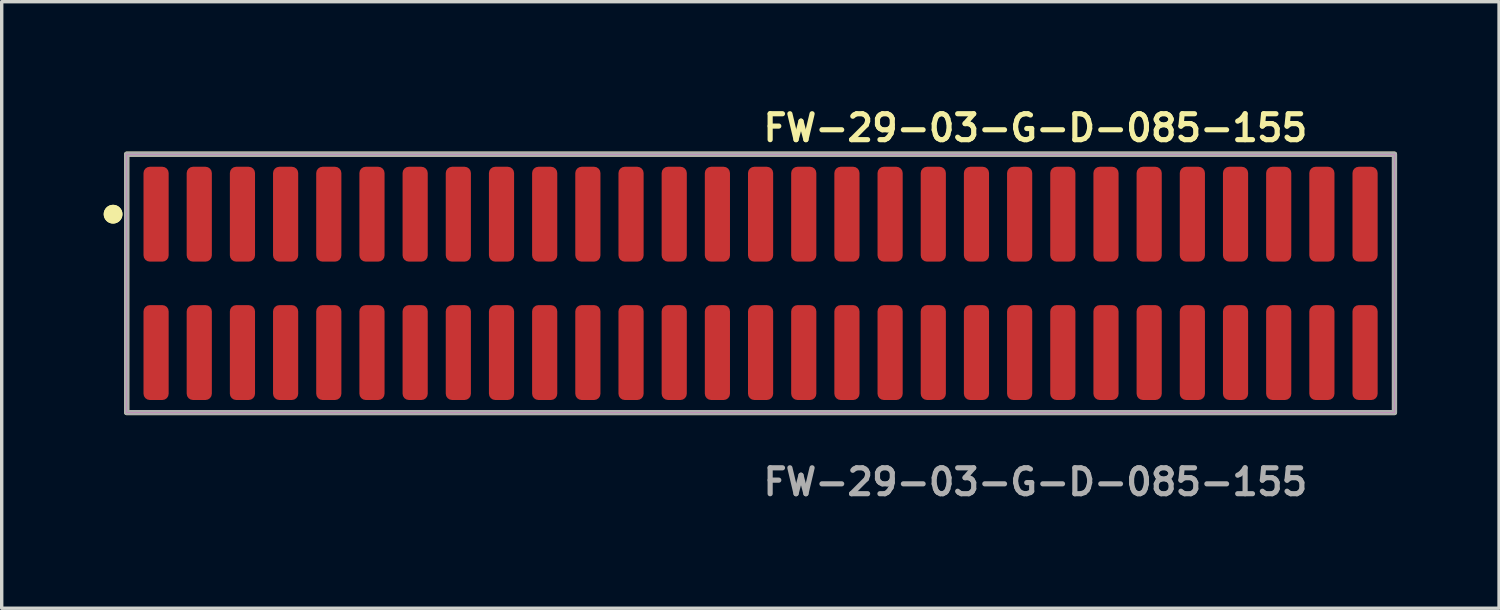
<source format=kicad_pcb>
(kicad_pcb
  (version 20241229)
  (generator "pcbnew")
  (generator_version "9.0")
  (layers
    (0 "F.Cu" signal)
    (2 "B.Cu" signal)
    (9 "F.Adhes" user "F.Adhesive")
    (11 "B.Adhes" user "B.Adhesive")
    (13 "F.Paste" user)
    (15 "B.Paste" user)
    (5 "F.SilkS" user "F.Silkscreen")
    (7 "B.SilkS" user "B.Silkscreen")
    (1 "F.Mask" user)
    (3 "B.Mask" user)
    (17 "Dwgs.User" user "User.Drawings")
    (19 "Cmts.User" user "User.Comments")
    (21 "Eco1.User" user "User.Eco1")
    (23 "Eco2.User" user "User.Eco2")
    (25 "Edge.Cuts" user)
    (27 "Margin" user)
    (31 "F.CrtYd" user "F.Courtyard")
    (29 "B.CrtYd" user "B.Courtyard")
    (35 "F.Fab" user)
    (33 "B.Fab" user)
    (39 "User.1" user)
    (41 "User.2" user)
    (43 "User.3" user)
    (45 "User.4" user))
  (footprint "FW-29-03-G-D-085-155"
    (layer "F.Cu")
    (at 19.321 5.285)
    (property "Reference" "FW-29-03-G-D-085-155" (at 0 -4.572 0) (unlocked yes) (layer "F.SilkS") (effects (font (size 0.762 0.762) (thickness 0.152)) (justify left)))
    (fp_rect (start -18.645 3.8) (end 18.645 -3.8) (stroke (width 0.152) (type solid)) (fill no) (layer "F.SilkS"))
    (fp_circle (center -19.045 -2.035) (end -19.245 -2.035) (stroke (width 0.152) (type solid)) (fill yes) (layer "F.SilkS"))
    (fp_circle (center -19.045 -2.035) (end -19.245 -2.035) (stroke (width 0.152) (type solid)) (fill yes) (layer "F.SilkS"))
    (fp_rect (start -18.645 3.8) (end 18.645 -3.8) (stroke (width 0.006) (type solid)) (fill no) (layer "F.CrtYd"))
    (fp_rect (start -18.645 3.8) (end 18.645 -3.8) (stroke (width 0.152) (type solid)) (fill no) (layer "F.Fab"))
    (fp_text user "${REFERENCE}" (at 0 5.842 0) (unlocked yes) (layer "F.Fab") (effects (font (size 0.762 0.762) (thickness 0.152)) (justify left)))
    (pad "1" smd roundrect (at -17.78 -2.035) (size 0.74 2.79) (layers "F.Cu" "F.Paste") (roundrect_rratio 0.25))
    (pad "2" smd roundrect (at -17.78 2.035) (size 0.74 2.79) (layers "F.Cu" "F.Paste") (roundrect_rratio 0.25))
    (pad "3" smd roundrect (at -16.51 -2.035) (size 0.74 2.79) (layers "F.Cu" "F.Paste") (roundrect_rratio 0.25))
    (pad "4" smd roundrect (at -16.51 2.035) (size 0.74 2.79) (layers "F.Cu" "F.Paste") (roundrect_rratio 0.25))
    (pad "5" smd roundrect (at -15.24 -2.035) (size 0.74 2.79) (layers "F.Cu" "F.Paste") (roundrect_rratio 0.25))
    (pad "6" smd roundrect (at -15.24 2.035) (size 0.74 2.79) (layers "F.Cu" "F.Paste") (roundrect_rratio 0.25))
    (pad "7" smd roundrect (at -13.97 -2.035) (size 0.74 2.79) (layers "F.Cu" "F.Paste") (roundrect_rratio 0.25))
    (pad "8" smd roundrect (at -13.97 2.035) (size 0.74 2.79) (layers "F.Cu" "F.Paste") (roundrect_rratio 0.25))
    (pad "9" smd roundrect (at -12.7 -2.035) (size 0.74 2.79) (layers "F.Cu" "F.Paste") (roundrect_rratio 0.25))
    (pad "10" smd roundrect (at -12.7 2.035) (size 0.74 2.79) (layers "F.Cu" "F.Paste") (roundrect_rratio 0.25))
    (pad "11" smd roundrect (at -11.43 -2.035) (size 0.74 2.79) (layers "F.Cu" "F.Paste") (roundrect_rratio 0.25))
    (pad "12" smd roundrect (at -11.43 2.035) (size 0.74 2.79) (layers "F.Cu" "F.Paste") (roundrect_rratio 0.25))
    (pad "13" smd roundrect (at -10.16 -2.035) (size 0.74 2.79) (layers "F.Cu" "F.Paste") (roundrect_rratio 0.25))
    (pad "14" smd roundrect (at -10.16 2.035) (size 0.74 2.79) (layers "F.Cu" "F.Paste") (roundrect_rratio 0.25))
    (pad "15" smd roundrect (at -8.89 -2.035) (size 0.74 2.79) (layers "F.Cu" "F.Paste") (roundrect_rratio 0.25))
    (pad "16" smd roundrect (at -8.89 2.035) (size 0.74 2.79) (layers "F.Cu" "F.Paste") (roundrect_rratio 0.25))
    (pad "17" smd roundrect (at -7.62 -2.035) (size 0.74 2.79) (layers "F.Cu" "F.Paste") (roundrect_rratio 0.25))
    (pad "18" smd roundrect (at -7.62 2.035) (size 0.74 2.79) (layers "F.Cu" "F.Paste") (roundrect_rratio 0.25))
    (pad "19" smd roundrect (at -6.35 -2.035) (size 0.74 2.79) (layers "F.Cu" "F.Paste") (roundrect_rratio 0.25))
    (pad "20" smd roundrect (at -6.35 2.035) (size 0.74 2.79) (layers "F.Cu" "F.Paste") (roundrect_rratio 0.25))
    (pad "21" smd roundrect (at -5.08 -2.035) (size 0.74 2.79) (layers "F.Cu" "F.Paste") (roundrect_rratio 0.25))
    (pad "22" smd roundrect (at -5.08 2.035) (size 0.74 2.79) (layers "F.Cu" "F.Paste") (roundrect_rratio 0.25))
    (pad "23" smd roundrect (at -3.81 -2.035) (size 0.74 2.79) (layers "F.Cu" "F.Paste") (roundrect_rratio 0.25))
    (pad "24" smd roundrect (at -3.81 2.035) (size 0.74 2.79) (layers "F.Cu" "F.Paste") (roundrect_rratio 0.25))
    (pad "25" smd roundrect (at -2.54 -2.035) (size 0.74 2.79) (layers "F.Cu" "F.Paste") (roundrect_rratio 0.25))
    (pad "26" smd roundrect (at -2.54 2.035) (size 0.74 2.79) (layers "F.Cu" "F.Paste") (roundrect_rratio 0.25))
    (pad "27" smd roundrect (at -1.27 -2.035) (size 0.74 2.79) (layers "F.Cu" "F.Paste") (roundrect_rratio 0.25))
    (pad "28" smd roundrect (at -1.27 2.035) (size 0.74 2.79) (layers "F.Cu" "F.Paste") (roundrect_rratio 0.25))
    (pad "29" smd roundrect (at 0 -2.035) (size 0.74 2.79) (layers "F.Cu" "F.Paste") (roundrect_rratio 0.25))
    (pad "30" smd roundrect (at 0 2.035) (size 0.74 2.79) (layers "F.Cu" "F.Paste") (roundrect_rratio 0.25))
    (pad "31" smd roundrect (at 1.27 -2.035) (size 0.74 2.79) (layers "F.Cu" "F.Paste") (roundrect_rratio 0.25))
    (pad "32" smd roundrect (at 1.27 2.035) (size 0.74 2.79) (layers "F.Cu" "F.Paste") (roundrect_rratio 0.25))
    (pad "33" smd roundrect (at 2.54 -2.035) (size 0.74 2.79) (layers "F.Cu" "F.Paste") (roundrect_rratio 0.25))
    (pad "34" smd roundrect (at 2.54 2.035) (size 0.74 2.79) (layers "F.Cu" "F.Paste") (roundrect_rratio 0.25))
    (pad "35" smd roundrect (at 3.81 -2.035) (size 0.74 2.79) (layers "F.Cu" "F.Paste") (roundrect_rratio 0.25))
    (pad "36" smd roundrect (at 3.81 2.035) (size 0.74 2.79) (layers "F.Cu" "F.Paste") (roundrect_rratio 0.25))
    (pad "37" smd roundrect (at 5.08 -2.035) (size 0.74 2.79) (layers "F.Cu" "F.Paste") (roundrect_rratio 0.25))
    (pad "38" smd roundrect (at 5.08 2.035) (size 0.74 2.79) (layers "F.Cu" "F.Paste") (roundrect_rratio 0.25))
    (pad "39" smd roundrect (at 6.35 -2.035) (size 0.74 2.79) (layers "F.Cu" "F.Paste") (roundrect_rratio 0.25))
    (pad "40" smd roundrect (at 6.35 2.035) (size 0.74 2.79) (layers "F.Cu" "F.Paste") (roundrect_rratio 0.25))
    (pad "41" smd roundrect (at 7.62 -2.035) (size 0.74 2.79) (layers "F.Cu" "F.Paste") (roundrect_rratio 0.25))
    (pad "42" smd roundrect (at 7.62 2.035) (size 0.74 2.79) (layers "F.Cu" "F.Paste") (roundrect_rratio 0.25))
    (pad "43" smd roundrect (at 8.89 -2.035) (size 0.74 2.79) (layers "F.Cu" "F.Paste") (roundrect_rratio 0.25))
    (pad "44" smd roundrect (at 8.89 2.035) (size 0.74 2.79) (layers "F.Cu" "F.Paste") (roundrect_rratio 0.25))
    (pad "45" smd roundrect (at 10.16 -2.035) (size 0.74 2.79) (layers "F.Cu" "F.Paste") (roundrect_rratio 0.25))
    (pad "46" smd roundrect (at 10.16 2.035) (size 0.74 2.79) (layers "F.Cu" "F.Paste") (roundrect_rratio 0.25))
    (pad "47" smd roundrect (at 11.43 -2.035) (size 0.74 2.79) (layers "F.Cu" "F.Paste") (roundrect_rratio 0.25))
    (pad "48" smd roundrect (at 11.43 2.035) (size 0.74 2.79) (layers "F.Cu" "F.Paste") (roundrect_rratio 0.25))
    (pad "49" smd roundrect (at 12.7 -2.035) (size 0.74 2.79) (layers "F.Cu" "F.Paste") (roundrect_rratio 0.25))
    (pad "50" smd roundrect (at 12.7 2.035) (size 0.74 2.79) (layers "F.Cu" "F.Paste") (roundrect_rratio 0.25))
    (pad "51" smd roundrect (at 13.97 -2.035) (size 0.74 2.79) (layers "F.Cu" "F.Paste") (roundrect_rratio 0.25))
    (pad "52" smd roundrect (at 13.97 2.035) (size 0.74 2.79) (layers "F.Cu" "F.Paste") (roundrect_rratio 0.25))
    (pad "53" smd roundrect (at 15.24 -2.035) (size 0.74 2.79) (layers "F.Cu" "F.Paste") (roundrect_rratio 0.25))
    (pad "54" smd roundrect (at 15.24 2.035) (size 0.74 2.79) (layers "F.Cu" "F.Paste") (roundrect_rratio 0.25))
    (pad "55" smd roundrect (at 16.51 -2.035) (size 0.74 2.79) (layers "F.Cu" "F.Paste") (roundrect_rratio 0.25))
    (pad "56" smd roundrect (at 16.51 2.035) (size 0.74 2.79) (layers "F.Cu" "F.Paste") (roundrect_rratio 0.25))
    (pad "57" smd roundrect (at 17.78 -2.035) (size 0.74 2.79) (layers "F.Cu" "F.Paste") (roundrect_rratio 0.25))
    (pad "58" smd roundrect (at 17.78 2.035) (size 0.74 2.79) (layers "F.Cu" "F.Paste") (roundrect_rratio 0.25)))
  (gr_rect
    (start -3 -3)
    (end 41.042 14.84)
    (stroke (width 0.1) (type default))
    (fill no)
    (layer "Edge.Cuts")))
</source>
